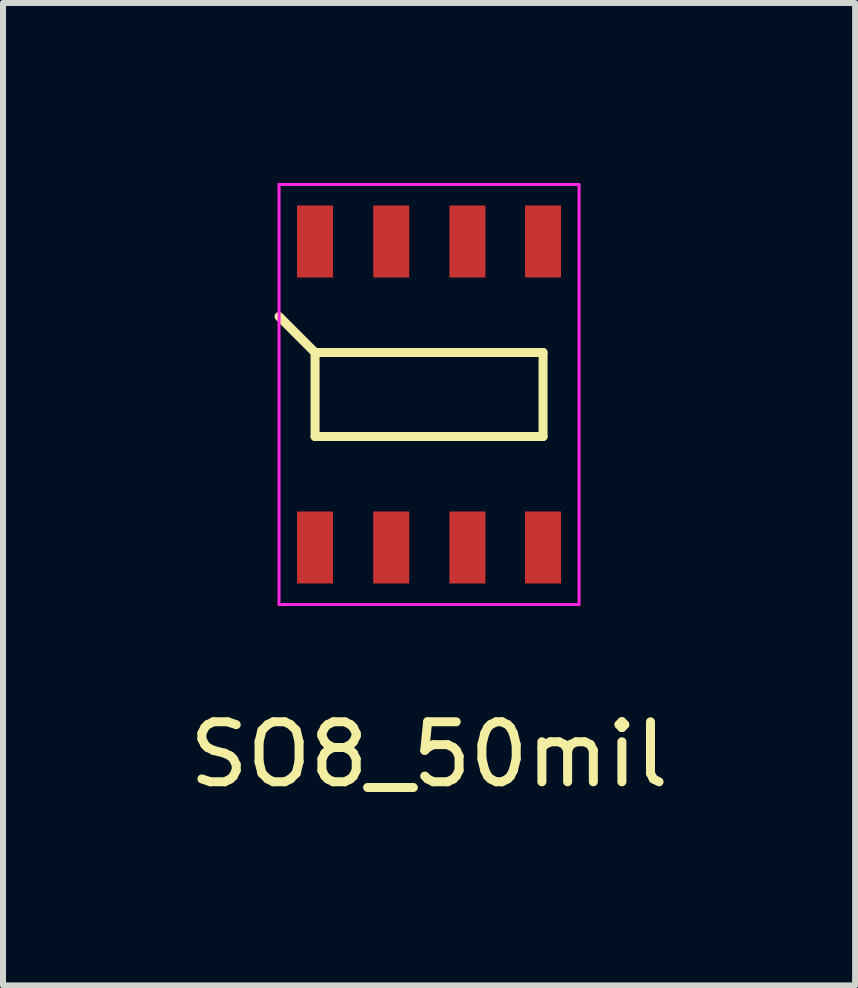
<source format=kicad_pcb>
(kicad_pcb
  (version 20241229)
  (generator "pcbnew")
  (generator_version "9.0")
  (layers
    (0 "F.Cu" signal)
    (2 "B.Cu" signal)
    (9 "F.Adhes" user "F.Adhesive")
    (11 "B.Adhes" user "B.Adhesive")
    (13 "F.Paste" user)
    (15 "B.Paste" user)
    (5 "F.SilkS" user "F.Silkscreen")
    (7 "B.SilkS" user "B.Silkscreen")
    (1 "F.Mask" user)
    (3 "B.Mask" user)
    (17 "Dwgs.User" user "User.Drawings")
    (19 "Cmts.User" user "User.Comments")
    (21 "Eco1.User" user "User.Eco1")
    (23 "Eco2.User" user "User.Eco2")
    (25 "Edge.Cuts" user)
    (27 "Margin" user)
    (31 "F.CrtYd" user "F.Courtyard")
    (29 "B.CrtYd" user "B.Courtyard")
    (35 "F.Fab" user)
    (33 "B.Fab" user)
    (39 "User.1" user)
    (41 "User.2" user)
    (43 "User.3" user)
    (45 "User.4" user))
  (footprint "SO8_50mil"
    (layer "F.Cu")
    (at 4.101 3.525)
    (property "Reference" "SO8_50mil" (at 0 6 0) (layer "F.SilkS") (effects (font (size 1 1) (thickness 0.15))))
    (attr smd)
    (fp_line (start -1.9 -0.7) (end -2.5 -1.3) (stroke (width 0.15) (type solid)) (layer "F.SilkS"))
    (fp_line (start -1.9 -0.7) (end -1.9 0.7) (stroke (width 0.15) (type solid)) (layer "F.SilkS"))
    (fp_line (start -1.9 0.7) (end 1.9 0.7) (stroke (width 0.15) (type solid)) (layer "F.SilkS"))
    (fp_line (start 1.9 -0.7) (end -1.9 -0.7) (stroke (width 0.15) (type solid)) (layer "F.SilkS"))
    (fp_line (start 1.9 0.7) (end 1.9 -0.7) (stroke (width 0.15) (type solid)) (layer "F.SilkS"))
    (fp_line (start -2.5 -3.5) (end 2.5 -3.5) (stroke (width 0.05) (type solid)) (layer "F.CrtYd"))
    (fp_line (start -2.5 3.5) (end -2.5 -3.5) (stroke (width 0.05) (type solid)) (layer "F.CrtYd"))
    (fp_line (start -2.5 3.5) (end 2.5 3.5) (stroke (width 0.05) (type solid)) (layer "F.CrtYd"))
    (fp_line (start 2.5 3.5) (end 2.5 -3.5) (stroke (width 0.05) (type solid)) (layer "F.CrtYd"))
    (pad "1" smd rect (at -1.9 2.55) (size 0.6 1.2) (layers "F.Cu" "F.Mask" "F.Paste"))
    (pad "2" smd rect (at -0.63 2.55) (size 0.6 1.2) (layers "F.Cu" "F.Mask" "F.Paste"))
    (pad "3" smd rect (at 0.64 2.55) (size 0.6 1.2) (layers "F.Cu" "F.Mask" "F.Paste"))
    (pad "4" smd rect (at 1.9 2.55) (size 0.6 1.2) (layers "F.Cu" "F.Mask" "F.Paste"))
    (pad "5" smd rect (at 1.9 -2.55) (size 0.6 1.2) (layers "F.Cu" "F.Mask" "F.Paste"))
    (pad "6" smd rect (at 0.64 -2.55) (size 0.6 1.2) (layers "F.Cu" "F.Mask" "F.Paste"))
    (pad "7" smd rect (at -0.63 -2.55) (size 0.6 1.2) (layers "F.Cu" "F.Mask" "F.Paste"))
    (pad "8" smd rect (at -1.9 -2.55) (size 0.6 1.2) (layers "F.Cu" "F.Mask" "F.Paste")))
  (gr_rect
    (start -3 -3)
    (end 11.202 13.373)
    (stroke (width 0.1) (type default))
    (fill no)
    (layer "Edge.Cuts")))
</source>
